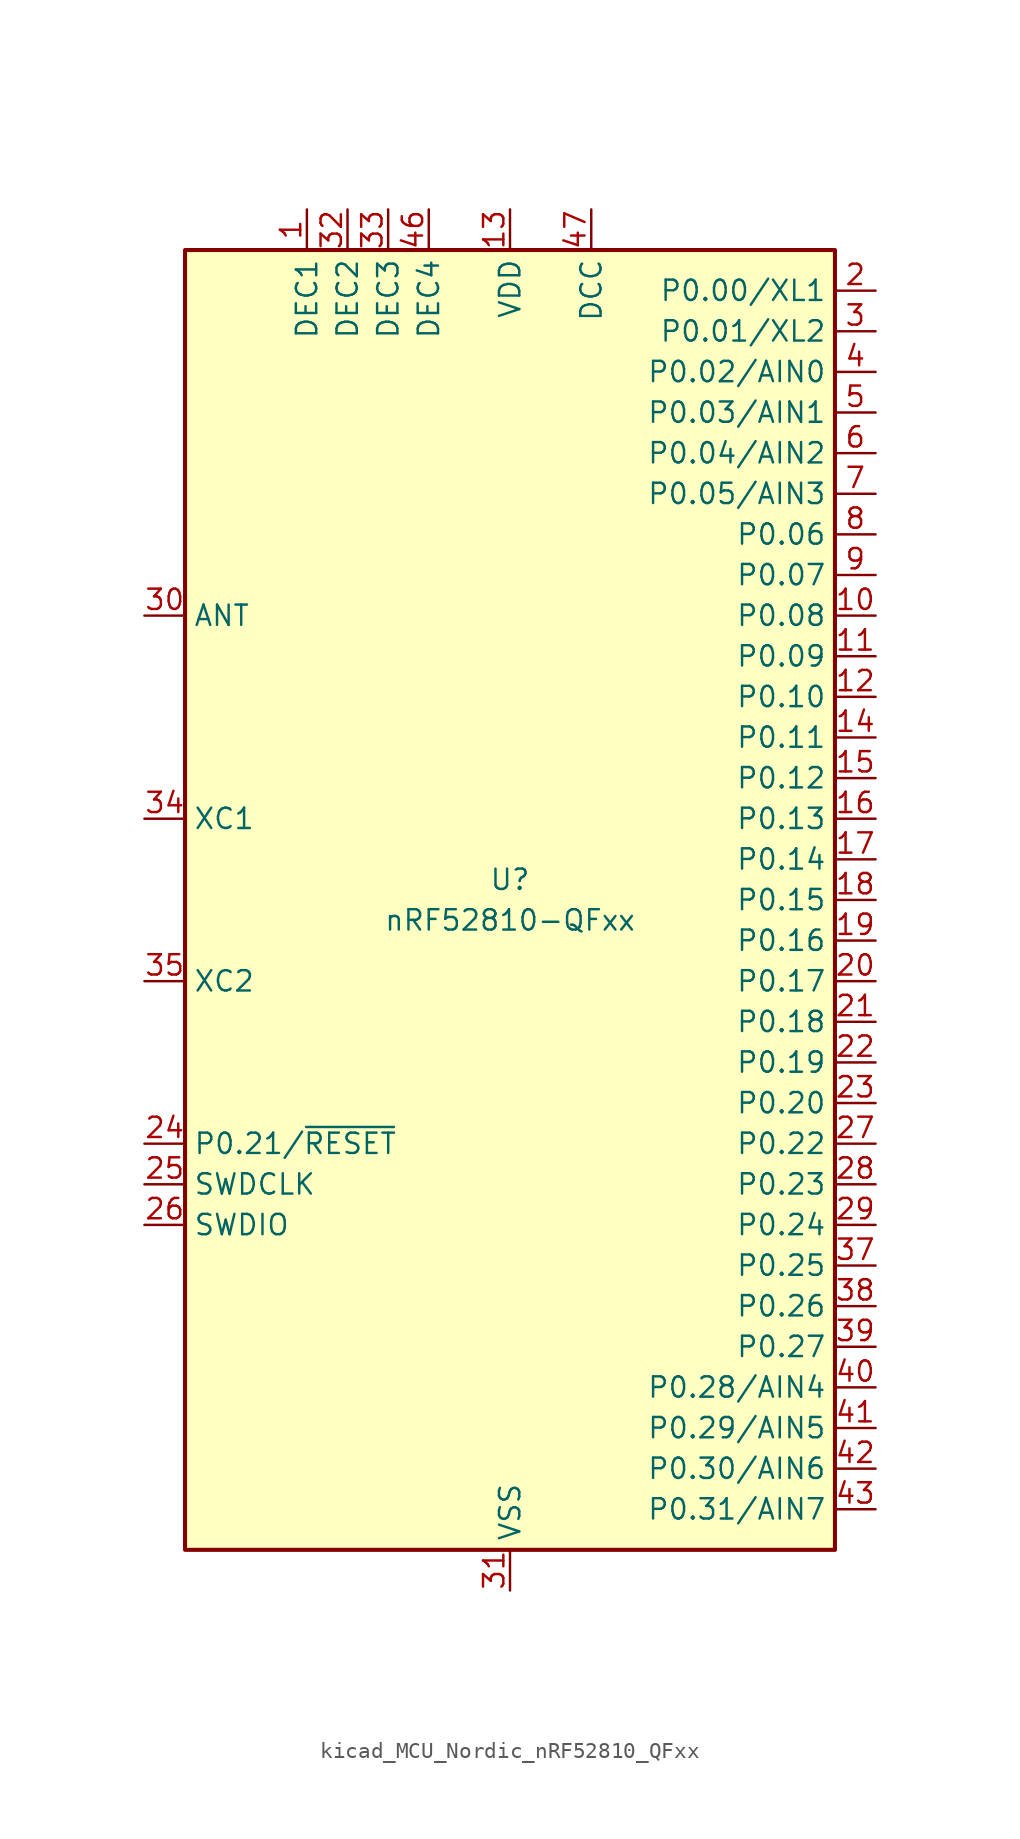
<source format=kicad_sym>
(kicad_symbol_lib
  (version 20220914)
  (generator kicad_symbol_editor)
  (symbol "kicad_MCU_Nordic_nRF52810_QFxx"
    (property "Reference" "U"
      (at 0 1.27 0)
      (effects (font (size 1.27 1.27))))
    (property "Value" "nRF52810-QFxx"
      (at 0 -1.27 0)
      (effects (font (size 1.27 1.27))))
    (symbol "kicad_MCU_Nordic_nRF52810_QFxx_0_1"
      (rectangle (start -20.32 40.64) (end 20.32 -40.64) (stroke (width 0.254) (type default)) (fill (type background))))
    (symbol "kicad_MCU_Nordic_nRF52810_QFxx_1_1"
      (pin passive line (at -12.7 43.18 270) (length 2.54) (name "DEC1" (effects (font (size 1.27 1.27)))) (number "1" (effects (font (size 1.27 1.27)))))
      (pin bidirectional line (at 22.86 17.78 180) (length 2.54) (name "P0.08" (effects (font (size 1.27 1.27)))) (number "10" (effects (font (size 1.27 1.27)))))
      (pin bidirectional line (at 22.86 15.24 180) (length 2.54) (name "P0.09" (effects (font (size 1.27 1.27)))) (number "11" (effects (font (size 1.27 1.27)))))
      (pin bidirectional line (at 22.86 12.7 180) (length 2.54) (name "P0.10" (effects (font (size 1.27 1.27)))) (number "12" (effects (font (size 1.27 1.27)))))
      (pin power_in line (at 0 43.18 270) (length 2.54) (name "VDD" (effects (font (size 1.27 1.27)))) (number "13" (effects (font (size 1.27 1.27)))))
      (pin bidirectional line (at 22.86 10.16 180) (length 2.54) (name "P0.11" (effects (font (size 1.27 1.27)))) (number "14" (effects (font (size 1.27 1.27)))))
      (pin bidirectional line (at 22.86 7.62 180) (length 2.54) (name "P0.12" (effects (font (size 1.27 1.27)))) (number "15" (effects (font (size 1.27 1.27)))))
      (pin bidirectional line (at 22.86 5.08 180) (length 2.54) (name "P0.13" (effects (font (size 1.27 1.27)))) (number "16" (effects (font (size 1.27 1.27)))))
      (pin bidirectional line (at 22.86 2.54 180) (length 2.54) (name "P0.14" (effects (font (size 1.27 1.27)))) (number "17" (effects (font (size 1.27 1.27)))))
      (pin bidirectional line (at 22.86 0 180) (length 2.54) (name "P0.15" (effects (font (size 1.27 1.27)))) (number "18" (effects (font (size 1.27 1.27)))))
      (pin bidirectional line (at 22.86 -2.54 180) (length 2.54) (name "P0.16" (effects (font (size 1.27 1.27)))) (number "19" (effects (font (size 1.27 1.27)))))
      (pin bidirectional line (at 22.86 38.1 180) (length 2.54) (name "P0.00/XL1" (effects (font (size 1.27 1.27)))) (number "2" (effects (font (size 1.27 1.27)))))
      (pin bidirectional line (at 22.86 -5.08 180) (length 2.54) (name "P0.17" (effects (font (size 1.27 1.27)))) (number "20" (effects (font (size 1.27 1.27)))))
      (pin bidirectional line (at 22.86 -7.62 180) (length 2.54) (name "P0.18" (effects (font (size 1.27 1.27)))) (number "21" (effects (font (size 1.27 1.27)))))
      (pin bidirectional line (at 22.86 -10.16 180) (length 2.54) (name "P0.19" (effects (font (size 1.27 1.27)))) (number "22" (effects (font (size 1.27 1.27)))))
      (pin bidirectional line (at 22.86 -12.7 180) (length 2.54) (name "P0.20" (effects (font (size 1.27 1.27)))) (number "23" (effects (font (size 1.27 1.27)))))
      (pin bidirectional line (at -22.86 -15.24 0) (length 2.54) (name "P0.21/~{RESET}" (effects (font (size 1.27 1.27)))) (number "24" (effects (font (size 1.27 1.27)))))
      (pin input line (at -22.86 -17.78 0) (length 2.54) (name "SWDCLK" (effects (font (size 1.27 1.27)))) (number "25" (effects (font (size 1.27 1.27)))))
      (pin bidirectional line (at -22.86 -20.32 0) (length 2.54) (name "SWDIO" (effects (font (size 1.27 1.27)))) (number "26" (effects (font (size 1.27 1.27)))))
      (pin bidirectional line (at 22.86 -15.24 180) (length 2.54) (name "P0.22" (effects (font (size 1.27 1.27)))) (number "27" (effects (font (size 1.27 1.27)))))
      (pin bidirectional line (at 22.86 -17.78 180) (length 2.54) (name "P0.23" (effects (font (size 1.27 1.27)))) (number "28" (effects (font (size 1.27 1.27)))))
      (pin bidirectional line (at 22.86 -20.32 180) (length 2.54) (name "P0.24" (effects (font (size 1.27 1.27)))) (number "29" (effects (font (size 1.27 1.27)))))
      (pin bidirectional line (at 22.86 35.56 180) (length 2.54) (name "P0.01/XL2" (effects (font (size 1.27 1.27)))) (number "3" (effects (font (size 1.27 1.27)))))
      (pin passive line (at -22.86 17.78 0) (length 2.54) (name "ANT" (effects (font (size 1.27 1.27)))) (number "30" (effects (font (size 1.27 1.27)))))
      (pin power_in line (at 0 -43.18 90) (length 2.54) (name "VSS" (effects (font (size 1.27 1.27)))) (number "31" (effects (font (size 1.27 1.27)))))
      (pin passive line (at -10.16 43.18 270) (length 2.54) (name "DEC2" (effects (font (size 1.27 1.27)))) (number "32" (effects (font (size 1.27 1.27)))))
      (pin passive line (at -7.62 43.18 270) (length 2.54) (name "DEC3" (effects (font (size 1.27 1.27)))) (number "33" (effects (font (size 1.27 1.27)))))
      (pin input line (at -22.86 5.08 0) (length 2.54) (name "XC1" (effects (font (size 1.27 1.27)))) (number "34" (effects (font (size 1.27 1.27)))))
      (pin input line (at -22.86 -5.08 0) (length 2.54) (name "XC2" (effects (font (size 1.27 1.27)))) (number "35" (effects (font (size 1.27 1.27)))))
      (pin passive line (at 0 43.18 270) (length 2.54) hide (name "VDD" (effects (font (size 1.27 1.27)))) (number "36" (effects (font (size 1.27 1.27)))))
      (pin bidirectional line (at 22.86 -22.86 180) (length 2.54) (name "P0.25" (effects (font (size 1.27 1.27)))) (number "37" (effects (font (size 1.27 1.27)))))
      (pin bidirectional line (at 22.86 -25.4 180) (length 2.54) (name "P0.26" (effects (font (size 1.27 1.27)))) (number "38" (effects (font (size 1.27 1.27)))))
      (pin bidirectional line (at 22.86 -27.94 180) (length 2.54) (name "P0.27" (effects (font (size 1.27 1.27)))) (number "39" (effects (font (size 1.27 1.27)))))
      (pin bidirectional line (at 22.86 33.02 180) (length 2.54) (name "P0.02/AIN0" (effects (font (size 1.27 1.27)))) (number "4" (effects (font (size 1.27 1.27)))))
      (pin bidirectional line (at 22.86 -30.48 180) (length 2.54) (name "P0.28/AIN4" (effects (font (size 1.27 1.27)))) (number "40" (effects (font (size 1.27 1.27)))))
      (pin bidirectional line (at 22.86 -33.02 180) (length 2.54) (name "P0.29/AIN5" (effects (font (size 1.27 1.27)))) (number "41" (effects (font (size 1.27 1.27)))))
      (pin bidirectional line (at 22.86 -35.56 180) (length 2.54) (name "P0.30/AIN6" (effects (font (size 1.27 1.27)))) (number "42" (effects (font (size 1.27 1.27)))))
      (pin bidirectional line (at 22.86 -38.1 180) (length 2.54) (name "P0.31/AIN7" (effects (font (size 1.27 1.27)))) (number "43" (effects (font (size 1.27 1.27)))))
      (pin no_connect line (at -20.32 -30.48 0) (length 2.54) hide (name "NC" (effects (font (size 1.27 1.27)))) (number "44" (effects (font (size 1.27 1.27)))))
      (pin passive line (at 0 -43.18 90) (length 2.54) hide (name "VSS" (effects (font (size 1.27 1.27)))) (number "45" (effects (font (size 1.27 1.27)))))
      (pin passive line (at -5.08 43.18 270) (length 2.54) (name "DEC4" (effects (font (size 1.27 1.27)))) (number "46" (effects (font (size 1.27 1.27)))))
      (pin power_out line (at 5.08 43.18 270) (length 2.54) (name "DCC" (effects (font (size 1.27 1.27)))) (number "47" (effects (font (size 1.27 1.27)))))
      (pin passive line (at 0 43.18 270) (length 2.54) hide (name "VDD" (effects (font (size 1.27 1.27)))) (number "48" (effects (font (size 1.27 1.27)))))
      (pin passive line (at 0 -43.18 90) (length 2.54) hide (name "VSS" (effects (font (size 1.27 1.27)))) (number "49" (effects (font (size 1.27 1.27)))))
      (pin bidirectional line (at 22.86 30.48 180) (length 2.54) (name "P0.03/AIN1" (effects (font (size 1.27 1.27)))) (number "5" (effects (font (size 1.27 1.27)))))
      (pin bidirectional line (at 22.86 27.94 180) (length 2.54) (name "P0.04/AIN2" (effects (font (size 1.27 1.27)))) (number "6" (effects (font (size 1.27 1.27)))))
      (pin bidirectional line (at 22.86 25.4 180) (length 2.54) (name "P0.05/AIN3" (effects (font (size 1.27 1.27)))) (number "7" (effects (font (size 1.27 1.27)))))
      (pin bidirectional line (at 22.86 22.86 180) (length 2.54) (name "P0.06" (effects (font (size 1.27 1.27)))) (number "8" (effects (font (size 1.27 1.27)))))
      (pin bidirectional line (at 22.86 20.32 180) (length 2.54) (name "P0.07" (effects (font (size 1.27 1.27)))) (number "9" (effects (font (size 1.27 1.27))))))))
</source>
